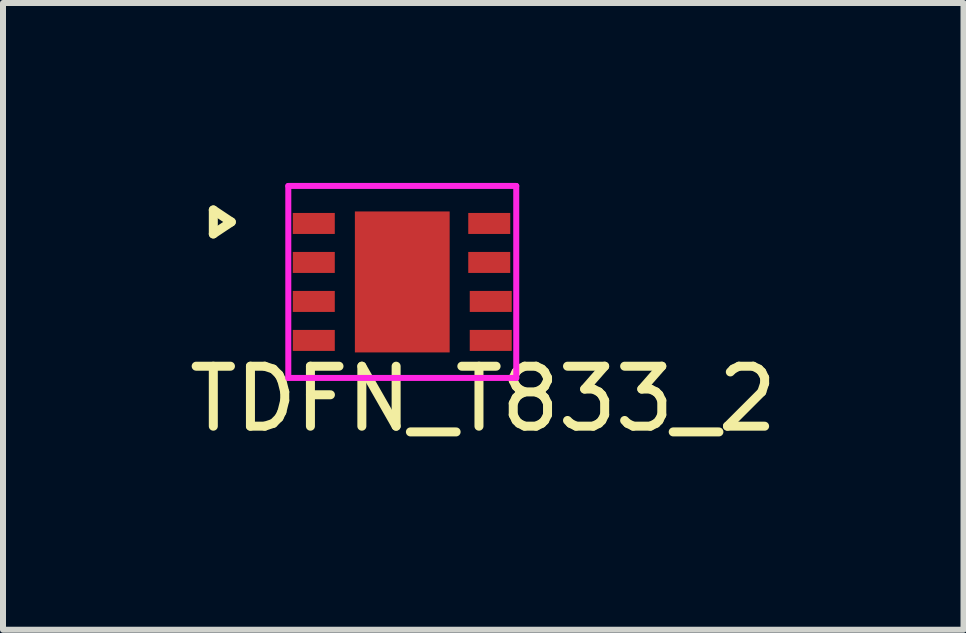
<source format=kicad_pcb>
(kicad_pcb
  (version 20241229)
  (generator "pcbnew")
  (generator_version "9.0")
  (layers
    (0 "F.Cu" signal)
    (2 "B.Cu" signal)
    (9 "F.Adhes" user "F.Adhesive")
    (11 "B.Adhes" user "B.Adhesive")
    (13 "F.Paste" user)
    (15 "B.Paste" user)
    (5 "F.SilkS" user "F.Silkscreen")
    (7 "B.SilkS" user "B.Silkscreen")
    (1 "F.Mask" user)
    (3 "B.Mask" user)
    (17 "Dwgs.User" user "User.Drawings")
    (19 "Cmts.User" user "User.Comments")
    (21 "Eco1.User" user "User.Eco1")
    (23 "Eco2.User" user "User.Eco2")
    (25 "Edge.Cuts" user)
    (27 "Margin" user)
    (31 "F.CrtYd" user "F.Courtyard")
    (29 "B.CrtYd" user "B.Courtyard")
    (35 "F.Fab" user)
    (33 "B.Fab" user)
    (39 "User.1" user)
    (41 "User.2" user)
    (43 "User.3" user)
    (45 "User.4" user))
  (footprint "TDFN_T833_2"
    (layer "F.Cu")
    (at 3.656 1.65)
    (property "Reference" "TDFN_T833_2" (at 1.35 1.95 0) (layer "F.SilkS") (effects (font (size 1 1) (thickness 0.15))))
    (attr through_hole)
    (fp_line (start -3.15 -0.8) (end -3.15 -1.2) (stroke (width 0.15) (type solid)) (layer "F.SilkS"))
    (fp_line (start -2.85 -1) (end -3.15 -1.2) (stroke (width 0.15) (type solid)) (layer "F.SilkS"))
    (fp_line (start -2.85 -1) (end -3.15 -0.8) (stroke (width 0.15) (type solid)) (layer "F.SilkS"))
    (fp_line (start -1.9 -1.6) (end -1.9 1.6) (stroke (width 0.1) (type solid)) (layer "F.CrtYd"))
    (fp_line (start -1.9 -1.6) (end 1.9 -1.6) (stroke (width 0.1) (type solid)) (layer "F.CrtYd"))
    (fp_line (start -1.9 1.6) (end 1.9 1.6) (stroke (width 0.1) (type solid)) (layer "F.CrtYd"))
    (fp_line (start 1.9 -1.6) (end 1.9 1.6) (stroke (width 0.1) (type solid)) (layer "F.CrtYd"))
    (pad "0" smd rect (at 0 0) (size 1.58 2.35) (layers "F.Cu" "F.Mask" "F.Paste"))
    (pad "1" smd rect (at -1.475 -0.975) (size 0.7 0.35) (layers "F.Cu" "F.Mask" "F.Paste"))
    (pad "2" smd rect (at -1.475 -0.325) (size 0.7 0.35) (layers "F.Cu" "F.Mask" "F.Paste"))
    (pad "3" smd rect (at -1.475 0.325) (size 0.7 0.35) (layers "F.Cu" "F.Mask" "F.Paste"))
    (pad "4" smd rect (at -1.475 0.975) (size 0.7 0.35) (layers "F.Cu" "F.Mask" "F.Paste"))
    (pad "5" smd rect (at 1.475 0.975) (size 0.7 0.35) (layers "F.Cu" "F.Mask" "F.Paste"))
    (pad "6" smd rect (at 1.475 0.325) (size 0.7 0.35) (layers "F.Cu" "F.Mask" "F.Paste"))
    (pad "7" smd rect (at 1.45 -0.325) (size 0.7 0.35) (layers "F.Cu" "F.Mask" "F.Paste"))
    (pad "8" smd rect (at 1.45 -0.975) (size 0.7 0.35) (layers "F.Cu" "F.Mask" "F.Paste")))
  (gr_rect
    (start -3 -3)
    (end 13.012 7.448)
    (stroke (width 0.1) (type default))
    (fill no)
    (layer "Edge.Cuts")))
</source>
